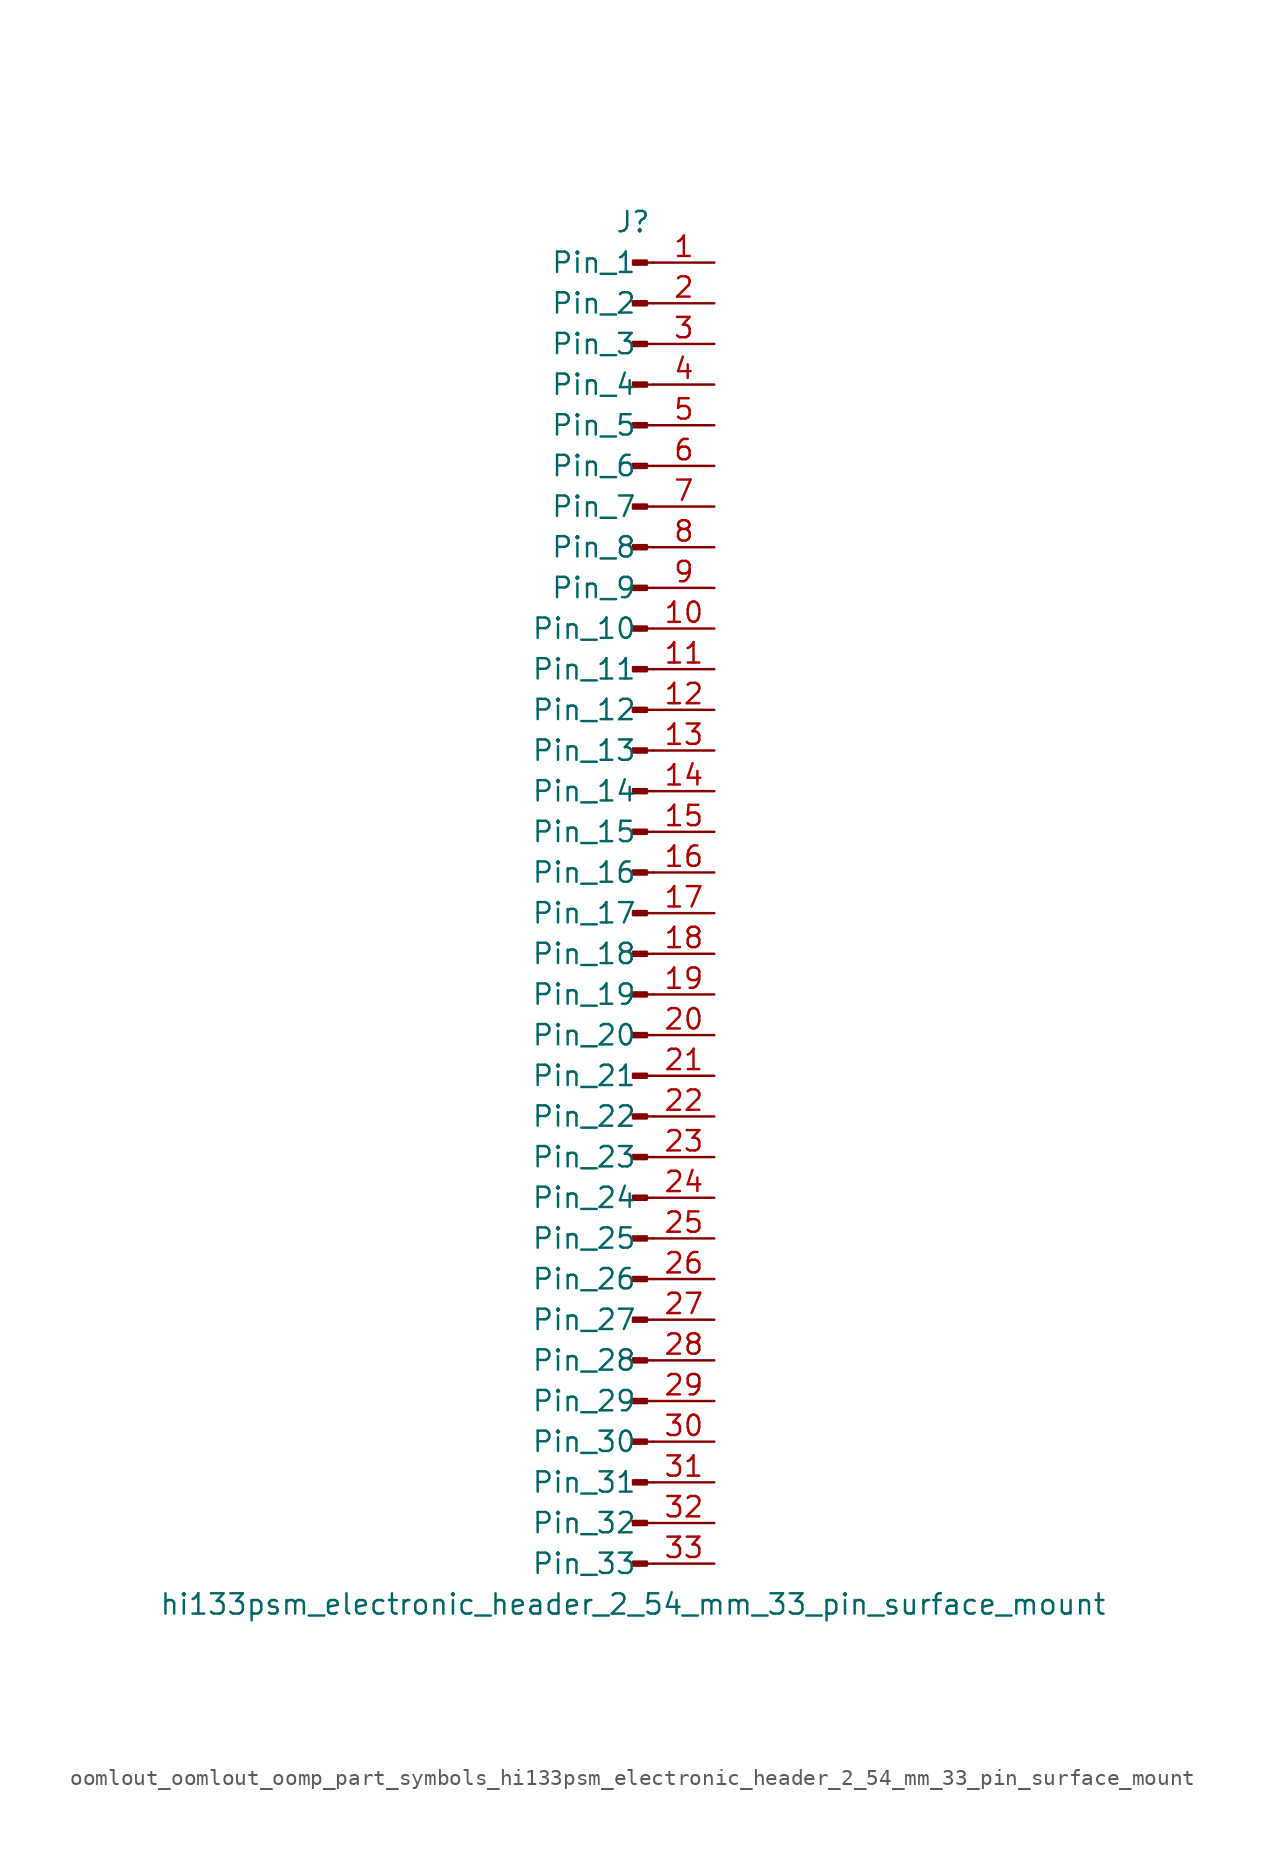
<source format=kicad_sym>
(kicad_symbol_lib
  (version 20220914)
  (generator kicad_symbol_editor)
  (symbol "oomlout_oomlout_oomp_part_symbols_hi133psm_electronic_header_2_54_mm_33_pin_surface_mount"
    (pin_names
      (offset 1.016))
    (property "Reference" "J"
      (at 0 43.18 0)
      (effects (font (size 1.27 1.27))))
    (property "Value" "hi133psm_electronic_header_2_54_mm_33_pin_surface_mount"
      (at 0 -43.18 0)
      (effects (font (size 1.27 1.27))))
    (property "ki_locked" ""
      (at 0 0 0)
      (effects (font (size 1.27 1.27))))
    (symbol "oomlout_oomlout_oomp_part_symbols_hi133psm_electronic_header_2_54_mm_33_pin_surface_mount_1_1"
      (polyline (pts (xy 1.27 -40.64) (xy 0.864 -40.64)) (stroke (width 0.152) (type default)) (fill (type none)))
      (polyline (pts (xy 1.27 -38.1) (xy 0.864 -38.1)) (stroke (width 0.152) (type default)) (fill (type none)))
      (polyline (pts (xy 1.27 -35.56) (xy 0.864 -35.56)) (stroke (width 0.152) (type default)) (fill (type none)))
      (polyline (pts (xy 1.27 -33.02) (xy 0.864 -33.02)) (stroke (width 0.152) (type default)) (fill (type none)))
      (polyline (pts (xy 1.27 -30.48) (xy 0.864 -30.48)) (stroke (width 0.152) (type default)) (fill (type none)))
      (polyline (pts (xy 1.27 -27.94) (xy 0.864 -27.94)) (stroke (width 0.152) (type default)) (fill (type none)))
      (polyline (pts (xy 1.27 -25.4) (xy 0.864 -25.4)) (stroke (width 0.152) (type default)) (fill (type none)))
      (polyline (pts (xy 1.27 -22.86) (xy 0.864 -22.86)) (stroke (width 0.152) (type default)) (fill (type none)))
      (polyline (pts (xy 1.27 -20.32) (xy 0.864 -20.32)) (stroke (width 0.152) (type default)) (fill (type none)))
      (polyline (pts (xy 1.27 -17.78) (xy 0.864 -17.78)) (stroke (width 0.152) (type default)) (fill (type none)))
      (polyline (pts (xy 1.27 -15.24) (xy 0.864 -15.24)) (stroke (width 0.152) (type default)) (fill (type none)))
      (polyline (pts (xy 1.27 -12.7) (xy 0.864 -12.7)) (stroke (width 0.152) (type default)) (fill (type none)))
      (polyline (pts (xy 1.27 -10.16) (xy 0.864 -10.16)) (stroke (width 0.152) (type default)) (fill (type none)))
      (polyline (pts (xy 1.27 -7.62) (xy 0.864 -7.62)) (stroke (width 0.152) (type default)) (fill (type none)))
      (polyline (pts (xy 1.27 -5.08) (xy 0.864 -5.08)) (stroke (width 0.152) (type default)) (fill (type none)))
      (polyline (pts (xy 1.27 -2.54) (xy 0.864 -2.54)) (stroke (width 0.152) (type default)) (fill (type none)))
      (polyline (pts (xy 1.27 0) (xy 0.864 0)) (stroke (width 0.152) (type default)) (fill (type none)))
      (polyline (pts (xy 1.27 2.54) (xy 0.864 2.54)) (stroke (width 0.152) (type default)) (fill (type none)))
      (polyline (pts (xy 1.27 5.08) (xy 0.864 5.08)) (stroke (width 0.152) (type default)) (fill (type none)))
      (polyline (pts (xy 1.27 7.62) (xy 0.864 7.62)) (stroke (width 0.152) (type default)) (fill (type none)))
      (polyline (pts (xy 1.27 10.16) (xy 0.864 10.16)) (stroke (width 0.152) (type default)) (fill (type none)))
      (polyline (pts (xy 1.27 12.7) (xy 0.864 12.7)) (stroke (width 0.152) (type default)) (fill (type none)))
      (polyline (pts (xy 1.27 15.24) (xy 0.864 15.24)) (stroke (width 0.152) (type default)) (fill (type none)))
      (polyline (pts (xy 1.27 17.78) (xy 0.864 17.78)) (stroke (width 0.152) (type default)) (fill (type none)))
      (polyline (pts (xy 1.27 20.32) (xy 0.864 20.32)) (stroke (width 0.152) (type default)) (fill (type none)))
      (polyline (pts (xy 1.27 22.86) (xy 0.864 22.86)) (stroke (width 0.152) (type default)) (fill (type none)))
      (polyline (pts (xy 1.27 25.4) (xy 0.864 25.4)) (stroke (width 0.152) (type default)) (fill (type none)))
      (polyline (pts (xy 1.27 27.94) (xy 0.864 27.94)) (stroke (width 0.152) (type default)) (fill (type none)))
      (polyline (pts (xy 1.27 30.48) (xy 0.864 30.48)) (stroke (width 0.152) (type default)) (fill (type none)))
      (polyline (pts (xy 1.27 33.02) (xy 0.864 33.02)) (stroke (width 0.152) (type default)) (fill (type none)))
      (polyline (pts (xy 1.27 35.56) (xy 0.864 35.56)) (stroke (width 0.152) (type default)) (fill (type none)))
      (polyline (pts (xy 1.27 38.1) (xy 0.864 38.1)) (stroke (width 0.152) (type default)) (fill (type none)))
      (polyline (pts (xy 1.27 40.64) (xy 0.864 40.64)) (stroke (width 0.152) (type default)) (fill (type none)))
      (rectangle (start 0.864 -40.513) (end 0 -40.767) (stroke (width 0.152) (type default)) (fill (type outline)))
      (rectangle (start 0.864 -37.973) (end 0 -38.227) (stroke (width 0.152) (type default)) (fill (type outline)))
      (rectangle (start 0.864 -35.433) (end 0 -35.687) (stroke (width 0.152) (type default)) (fill (type outline)))
      (rectangle (start 0.864 -32.893) (end 0 -33.147) (stroke (width 0.152) (type default)) (fill (type outline)))
      (rectangle (start 0.864 -30.353) (end 0 -30.607) (stroke (width 0.152) (type default)) (fill (type outline)))
      (rectangle (start 0.864 -27.813) (end 0 -28.067) (stroke (width 0.152) (type default)) (fill (type outline)))
      (rectangle (start 0.864 -25.273) (end 0 -25.527) (stroke (width 0.152) (type default)) (fill (type outline)))
      (rectangle (start 0.864 -22.733) (end 0 -22.987) (stroke (width 0.152) (type default)) (fill (type outline)))
      (rectangle (start 0.864 -20.193) (end 0 -20.447) (stroke (width 0.152) (type default)) (fill (type outline)))
      (rectangle (start 0.864 -17.653) (end 0 -17.907) (stroke (width 0.152) (type default)) (fill (type outline)))
      (rectangle (start 0.864 -15.113) (end 0 -15.367) (stroke (width 0.152) (type default)) (fill (type outline)))
      (rectangle (start 0.864 -12.573) (end 0 -12.827) (stroke (width 0.152) (type default)) (fill (type outline)))
      (rectangle (start 0.864 -10.033) (end 0 -10.287) (stroke (width 0.152) (type default)) (fill (type outline)))
      (rectangle (start 0.864 -7.493) (end 0 -7.747) (stroke (width 0.152) (type default)) (fill (type outline)))
      (rectangle (start 0.864 -4.953) (end 0 -5.207) (stroke (width 0.152) (type default)) (fill (type outline)))
      (rectangle (start 0.864 -2.413) (end 0 -2.667) (stroke (width 0.152) (type default)) (fill (type outline)))
      (rectangle (start 0.864 0.127) (end 0 -0.127) (stroke (width 0.152) (type default)) (fill (type outline)))
      (rectangle (start 0.864 2.667) (end 0 2.413) (stroke (width 0.152) (type default)) (fill (type outline)))
      (rectangle (start 0.864 5.207) (end 0 4.953) (stroke (width 0.152) (type default)) (fill (type outline)))
      (rectangle (start 0.864 7.747) (end 0 7.493) (stroke (width 0.152) (type default)) (fill (type outline)))
      (rectangle (start 0.864 10.287) (end 0 10.033) (stroke (width 0.152) (type default)) (fill (type outline)))
      (rectangle (start 0.864 12.827) (end 0 12.573) (stroke (width 0.152) (type default)) (fill (type outline)))
      (rectangle (start 0.864 15.367) (end 0 15.113) (stroke (width 0.152) (type default)) (fill (type outline)))
      (rectangle (start 0.864 17.907) (end 0 17.653) (stroke (width 0.152) (type default)) (fill (type outline)))
      (rectangle (start 0.864 20.447) (end 0 20.193) (stroke (width 0.152) (type default)) (fill (type outline)))
      (rectangle (start 0.864 22.987) (end 0 22.733) (stroke (width 0.152) (type default)) (fill (type outline)))
      (rectangle (start 0.864 25.527) (end 0 25.273) (stroke (width 0.152) (type default)) (fill (type outline)))
      (rectangle (start 0.864 28.067) (end 0 27.813) (stroke (width 0.152) (type default)) (fill (type outline)))
      (rectangle (start 0.864 30.607) (end 0 30.353) (stroke (width 0.152) (type default)) (fill (type outline)))
      (rectangle (start 0.864 33.147) (end 0 32.893) (stroke (width 0.152) (type default)) (fill (type outline)))
      (rectangle (start 0.864 35.687) (end 0 35.433) (stroke (width 0.152) (type default)) (fill (type outline)))
      (rectangle (start 0.864 38.227) (end 0 37.973) (stroke (width 0.152) (type default)) (fill (type outline)))
      (rectangle (start 0.864 40.767) (end 0 40.513) (stroke (width 0.152) (type default)) (fill (type outline)))
      (pin passive line (at 5.08 40.64 180) (length 3.81) (name "Pin_1" (effects (font (size 1.27 1.27)))) (number "1" (effects (font (size 1.27 1.27)))))
      (pin passive line (at 5.08 17.78 180) (length 3.81) (name "Pin_10" (effects (font (size 1.27 1.27)))) (number "10" (effects (font (size 1.27 1.27)))))
      (pin passive line (at 5.08 15.24 180) (length 3.81) (name "Pin_11" (effects (font (size 1.27 1.27)))) (number "11" (effects (font (size 1.27 1.27)))))
      (pin passive line (at 5.08 12.7 180) (length 3.81) (name "Pin_12" (effects (font (size 1.27 1.27)))) (number "12" (effects (font (size 1.27 1.27)))))
      (pin passive line (at 5.08 10.16 180) (length 3.81) (name "Pin_13" (effects (font (size 1.27 1.27)))) (number "13" (effects (font (size 1.27 1.27)))))
      (pin passive line (at 5.08 7.62 180) (length 3.81) (name "Pin_14" (effects (font (size 1.27 1.27)))) (number "14" (effects (font (size 1.27 1.27)))))
      (pin passive line (at 5.08 5.08 180) (length 3.81) (name "Pin_15" (effects (font (size 1.27 1.27)))) (number "15" (effects (font (size 1.27 1.27)))))
      (pin passive line (at 5.08 2.54 180) (length 3.81) (name "Pin_16" (effects (font (size 1.27 1.27)))) (number "16" (effects (font (size 1.27 1.27)))))
      (pin passive line (at 5.08 0 180) (length 3.81) (name "Pin_17" (effects (font (size 1.27 1.27)))) (number "17" (effects (font (size 1.27 1.27)))))
      (pin passive line (at 5.08 -2.54 180) (length 3.81) (name "Pin_18" (effects (font (size 1.27 1.27)))) (number "18" (effects (font (size 1.27 1.27)))))
      (pin passive line (at 5.08 -5.08 180) (length 3.81) (name "Pin_19" (effects (font (size 1.27 1.27)))) (number "19" (effects (font (size 1.27 1.27)))))
      (pin passive line (at 5.08 38.1 180) (length 3.81) (name "Pin_2" (effects (font (size 1.27 1.27)))) (number "2" (effects (font (size 1.27 1.27)))))
      (pin passive line (at 5.08 -7.62 180) (length 3.81) (name "Pin_20" (effects (font (size 1.27 1.27)))) (number "20" (effects (font (size 1.27 1.27)))))
      (pin passive line (at 5.08 -10.16 180) (length 3.81) (name "Pin_21" (effects (font (size 1.27 1.27)))) (number "21" (effects (font (size 1.27 1.27)))))
      (pin passive line (at 5.08 -12.7 180) (length 3.81) (name "Pin_22" (effects (font (size 1.27 1.27)))) (number "22" (effects (font (size 1.27 1.27)))))
      (pin passive line (at 5.08 -15.24 180) (length 3.81) (name "Pin_23" (effects (font (size 1.27 1.27)))) (number "23" (effects (font (size 1.27 1.27)))))
      (pin passive line (at 5.08 -17.78 180) (length 3.81) (name "Pin_24" (effects (font (size 1.27 1.27)))) (number "24" (effects (font (size 1.27 1.27)))))
      (pin passive line (at 5.08 -20.32 180) (length 3.81) (name "Pin_25" (effects (font (size 1.27 1.27)))) (number "25" (effects (font (size 1.27 1.27)))))
      (pin passive line (at 5.08 -22.86 180) (length 3.81) (name "Pin_26" (effects (font (size 1.27 1.27)))) (number "26" (effects (font (size 1.27 1.27)))))
      (pin passive line (at 5.08 -25.4 180) (length 3.81) (name "Pin_27" (effects (font (size 1.27 1.27)))) (number "27" (effects (font (size 1.27 1.27)))))
      (pin passive line (at 5.08 -27.94 180) (length 3.81) (name "Pin_28" (effects (font (size 1.27 1.27)))) (number "28" (effects (font (size 1.27 1.27)))))
      (pin passive line (at 5.08 -30.48 180) (length 3.81) (name "Pin_29" (effects (font (size 1.27 1.27)))) (number "29" (effects (font (size 1.27 1.27)))))
      (pin passive line (at 5.08 35.56 180) (length 3.81) (name "Pin_3" (effects (font (size 1.27 1.27)))) (number "3" (effects (font (size 1.27 1.27)))))
      (pin passive line (at 5.08 -33.02 180) (length 3.81) (name "Pin_30" (effects (font (size 1.27 1.27)))) (number "30" (effects (font (size 1.27 1.27)))))
      (pin passive line (at 5.08 -35.56 180) (length 3.81) (name "Pin_31" (effects (font (size 1.27 1.27)))) (number "31" (effects (font (size 1.27 1.27)))))
      (pin passive line (at 5.08 -38.1 180) (length 3.81) (name "Pin_32" (effects (font (size 1.27 1.27)))) (number "32" (effects (font (size 1.27 1.27)))))
      (pin passive line (at 5.08 -40.64 180) (length 3.81) (name "Pin_33" (effects (font (size 1.27 1.27)))) (number "33" (effects (font (size 1.27 1.27)))))
      (pin passive line (at 5.08 33.02 180) (length 3.81) (name "Pin_4" (effects (font (size 1.27 1.27)))) (number "4" (effects (font (size 1.27 1.27)))))
      (pin passive line (at 5.08 30.48 180) (length 3.81) (name "Pin_5" (effects (font (size 1.27 1.27)))) (number "5" (effects (font (size 1.27 1.27)))))
      (pin passive line (at 5.08 27.94 180) (length 3.81) (name "Pin_6" (effects (font (size 1.27 1.27)))) (number "6" (effects (font (size 1.27 1.27)))))
      (pin passive line (at 5.08 25.4 180) (length 3.81) (name "Pin_7" (effects (font (size 1.27 1.27)))) (number "7" (effects (font (size 1.27 1.27)))))
      (pin passive line (at 5.08 22.86 180) (length 3.81) (name "Pin_8" (effects (font (size 1.27 1.27)))) (number "8" (effects (font (size 1.27 1.27)))))
      (pin passive line (at 5.08 20.32 180) (length 3.81) (name "Pin_9" (effects (font (size 1.27 1.27)))) (number "9" (effects (font (size 1.27 1.27))))))))
</source>
